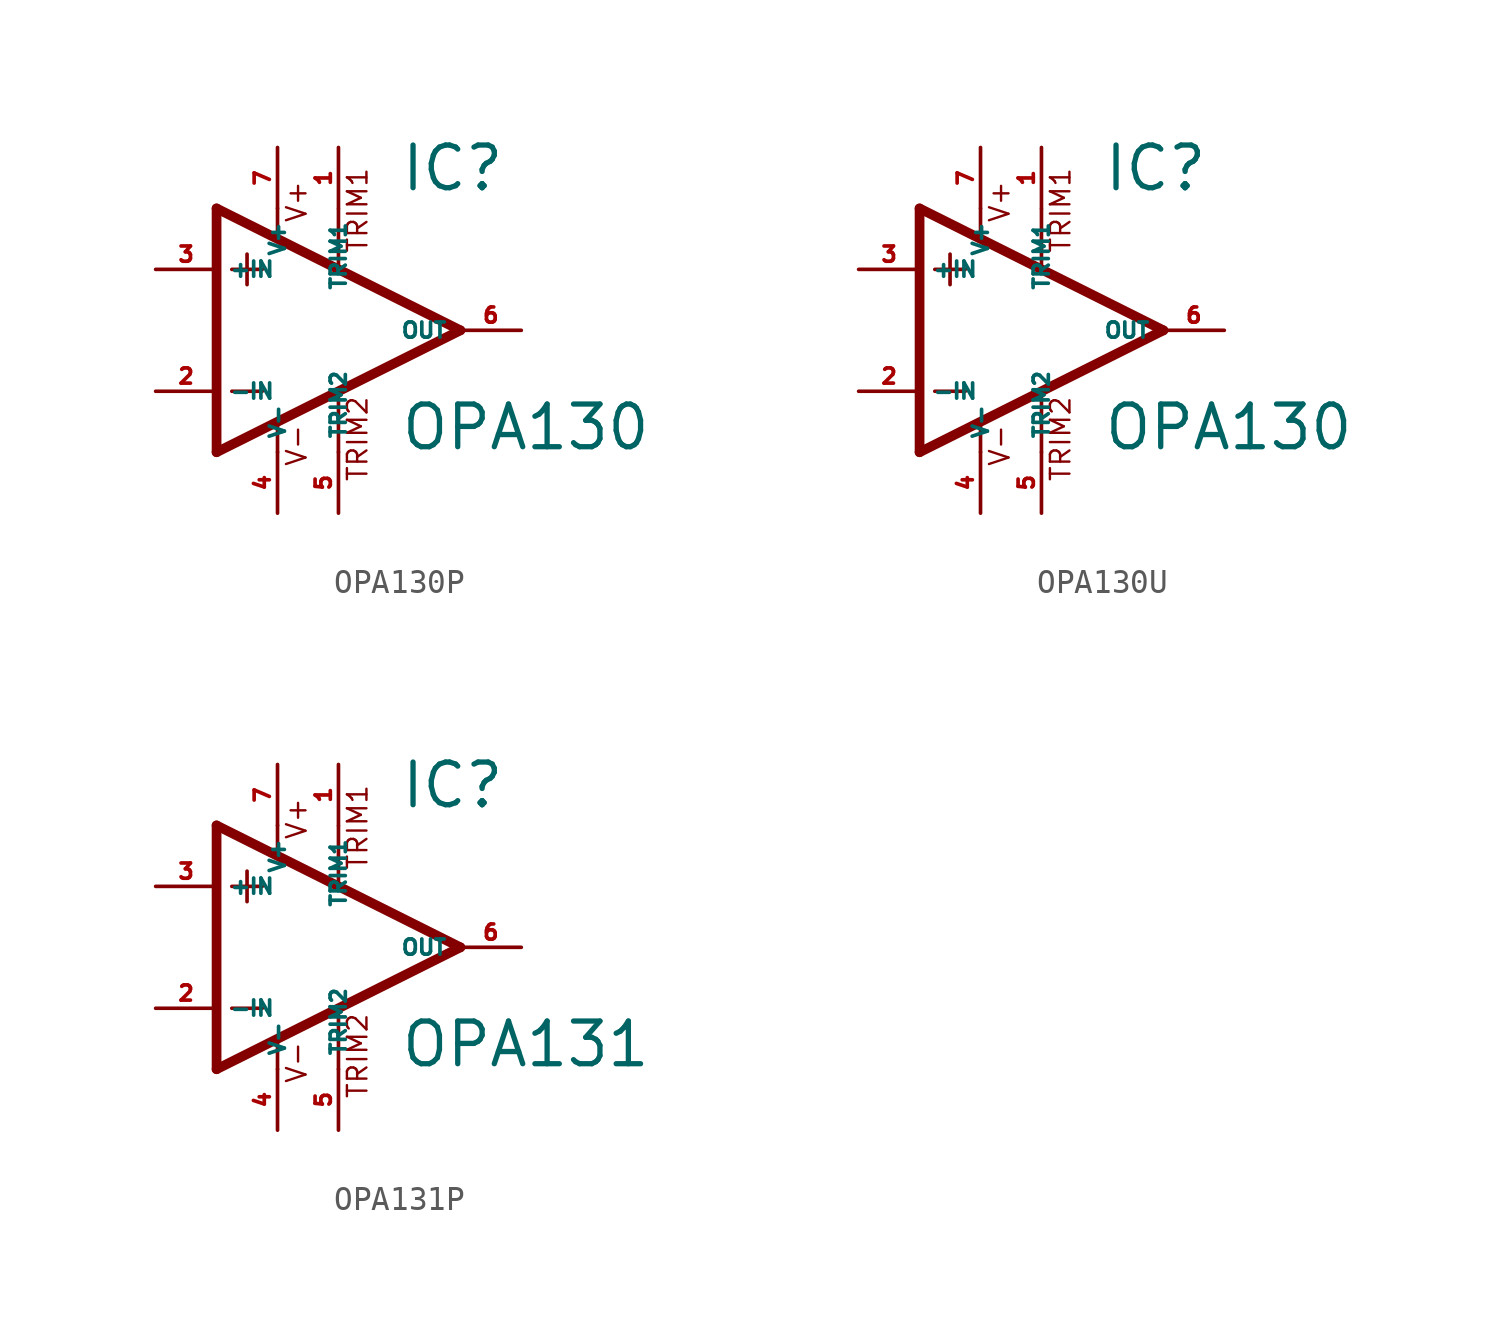
<source format=kicad_sym>
(kicad_symbol_lib
  (version 20220914)
  (generator Eagle2Kicad)
  (symbol "OPA130P"
    (property "Reference" "IC"
      (at 2.54 5.715 0)
      (effects (font (size 1.778 1.778) (thickness 0.22)) (justify left bottom)))
    (property "Value" "OPA130"
      (at 2.54 -5.08 0)
      (effects (font (size 1.778 1.778) (thickness 0.22)) (justify left bottom)))
    (polyline
      (pts (xy -3.81 3.175) (xy -3.81 1.905))
      (stroke (width 0.152) (type default))
      (fill (type none)))
    (polyline
      (pts (xy -4.445 2.54) (xy -3.175 2.54))
      (stroke (width 0.152) (type default))
      (fill (type none)))
    (polyline
      (pts (xy -4.445 -2.54) (xy -3.175 -2.54))
      (stroke (width 0.152) (type default))
      (fill (type none)))
    (polyline
      (pts (xy -2.54 5.08) (xy -2.54 3.886))
      (stroke (width 0.152) (type default))
      (fill (type none)))
    (polyline
      (pts (xy 0 5.055) (xy 0 2.616))
      (stroke (width 0.152) (type default))
      (fill (type none)))
    (polyline
      (pts (xy 0 -2.616) (xy 0 -5.08))
      (stroke (width 0.152) (type default))
      (fill (type none)))
    (polyline
      (pts (xy -2.54 -3.912) (xy -2.54 -5.08))
      (stroke (width 0.152) (type default))
      (fill (type none)))
    (polyline
      (pts (xy 5.08 0) (xy -5.08 5.08))
      (stroke (width 0.406) (type default))
      (fill (type none)))
    (polyline
      (pts (xy -5.08 5.08) (xy -5.08 -5.08))
      (stroke (width 0.406) (type default))
      (fill (type none)))
    (polyline
      (pts (xy -5.08 -5.08) (xy 5.08 0))
      (stroke (width 0.406) (type default))
      (fill (type none)))
    (text "V+"
      (at -1.27 4.445 900)
      (effects (font (size 0.813 0.813) (thickness 0.10)) (justify left bottom)))
    (text "V-"
      (at -1.27 -5.715 900)
      (effects (font (size 0.813 0.813) (thickness 0.10)) (justify left bottom)))
    (text "TRIM1"
      (at 1.27 3.175 900)
      (effects (font (size 0.813 0.813) (thickness 0.10)) (justify left bottom)))
    (text "TRIM2"
      (at 1.27 -6.35 900)
      (effects (font (size 0.813 0.813) (thickness 0.10)) (justify left bottom)))
    (pin passive line
      (at 0 7.62 270)
      (length 2.54)
      (name "TRIM1" (effects (font (size 0.635 0.635) (thickness 0.08)) (justify left bottom)))
      (number "1" (effects (font (size 0.635 0.635) (thickness 0.08)) (justify left bottom))))
    (pin input line
      (at -7.62 -2.54 0)
      (length 2.54)
      (name "-IN" (effects (font (size 0.635 0.635) (thickness 0.08)) (justify left bottom)))
      (number "2" (effects (font (size 0.635 0.635) (thickness 0.08)) (justify left bottom))))
    (pin input line
      (at -7.62 2.54 0)
      (length 2.54)
      (name "+IN" (effects (font (size 0.635 0.635) (thickness 0.08)) (justify left bottom)))
      (number "3" (effects (font (size 0.635 0.635) (thickness 0.08)) (justify left bottom))))
    (pin output line
      (at 7.62 0 180)
      (length 2.54)
      (name "OUT" (effects (font (size 0.635 0.635) (thickness 0.08)) (justify left bottom)))
      (number "6" (effects (font (size 0.635 0.635) (thickness 0.08)) (justify left bottom))))
    (pin passive line
      (at 0 -7.62 90)
      (length 2.54)
      (name "TRIM2" (effects (font (size 0.635 0.635) (thickness 0.08)) (justify left bottom)))
      (number "5" (effects (font (size 0.635 0.635) (thickness 0.08)) (justify left bottom))))
    (pin unspecified line
      (at -2.54 7.62 270)
      (length 2.54)
      (name "V+" (effects (font (size 0.635 0.635) (thickness 0.08)) (justify left bottom)))
      (number "7" (effects (font (size 0.635 0.635) (thickness 0.08)) (justify left bottom))))
    (pin unspecified line
      (at -2.54 -7.62 90)
      (length 2.54)
      (name "V-" (effects (font (size 0.635 0.635) (thickness 0.08)) (justify left bottom)))
      (number "4" (effects (font (size 0.635 0.635) (thickness 0.08)) (justify left bottom)))))
  (symbol "OPA130U"
    (property "Reference" "IC"
      (at 2.54 5.715 0)
      (effects (font (size 1.778 1.778) (thickness 0.22)) (justify left bottom)))
    (property "Value" "OPA130"
      (at 2.54 -5.08 0)
      (effects (font (size 1.778 1.778) (thickness 0.22)) (justify left bottom)))
    (polyline
      (pts (xy -3.81 3.175) (xy -3.81 1.905))
      (stroke (width 0.152) (type default))
      (fill (type none)))
    (polyline
      (pts (xy -4.445 2.54) (xy -3.175 2.54))
      (stroke (width 0.152) (type default))
      (fill (type none)))
    (polyline
      (pts (xy -4.445 -2.54) (xy -3.175 -2.54))
      (stroke (width 0.152) (type default))
      (fill (type none)))
    (polyline
      (pts (xy -2.54 5.08) (xy -2.54 3.886))
      (stroke (width 0.152) (type default))
      (fill (type none)))
    (polyline
      (pts (xy 0 5.055) (xy 0 2.616))
      (stroke (width 0.152) (type default))
      (fill (type none)))
    (polyline
      (pts (xy 0 -2.616) (xy 0 -5.08))
      (stroke (width 0.152) (type default))
      (fill (type none)))
    (polyline
      (pts (xy -2.54 -3.912) (xy -2.54 -5.08))
      (stroke (width 0.152) (type default))
      (fill (type none)))
    (polyline
      (pts (xy 5.08 0) (xy -5.08 5.08))
      (stroke (width 0.406) (type default))
      (fill (type none)))
    (polyline
      (pts (xy -5.08 5.08) (xy -5.08 -5.08))
      (stroke (width 0.406) (type default))
      (fill (type none)))
    (polyline
      (pts (xy -5.08 -5.08) (xy 5.08 0))
      (stroke (width 0.406) (type default))
      (fill (type none)))
    (text "V+"
      (at -1.27 4.445 900)
      (effects (font (size 0.813 0.813) (thickness 0.10)) (justify left bottom)))
    (text "V-"
      (at -1.27 -5.715 900)
      (effects (font (size 0.813 0.813) (thickness 0.10)) (justify left bottom)))
    (text "TRIM1"
      (at 1.27 3.175 900)
      (effects (font (size 0.813 0.813) (thickness 0.10)) (justify left bottom)))
    (text "TRIM2"
      (at 1.27 -6.35 900)
      (effects (font (size 0.813 0.813) (thickness 0.10)) (justify left bottom)))
    (pin passive line
      (at 0 7.62 270)
      (length 2.54)
      (name "TRIM1" (effects (font (size 0.635 0.635) (thickness 0.08)) (justify left bottom)))
      (number "1" (effects (font (size 0.635 0.635) (thickness 0.08)) (justify left bottom))))
    (pin input line
      (at -7.62 -2.54 0)
      (length 2.54)
      (name "-IN" (effects (font (size 0.635 0.635) (thickness 0.08)) (justify left bottom)))
      (number "2" (effects (font (size 0.635 0.635) (thickness 0.08)) (justify left bottom))))
    (pin input line
      (at -7.62 2.54 0)
      (length 2.54)
      (name "+IN" (effects (font (size 0.635 0.635) (thickness 0.08)) (justify left bottom)))
      (number "3" (effects (font (size 0.635 0.635) (thickness 0.08)) (justify left bottom))))
    (pin output line
      (at 7.62 0 180)
      (length 2.54)
      (name "OUT" (effects (font (size 0.635 0.635) (thickness 0.08)) (justify left bottom)))
      (number "6" (effects (font (size 0.635 0.635) (thickness 0.08)) (justify left bottom))))
    (pin passive line
      (at 0 -7.62 90)
      (length 2.54)
      (name "TRIM2" (effects (font (size 0.635 0.635) (thickness 0.08)) (justify left bottom)))
      (number "5" (effects (font (size 0.635 0.635) (thickness 0.08)) (justify left bottom))))
    (pin unspecified line
      (at -2.54 7.62 270)
      (length 2.54)
      (name "V+" (effects (font (size 0.635 0.635) (thickness 0.08)) (justify left bottom)))
      (number "7" (effects (font (size 0.635 0.635) (thickness 0.08)) (justify left bottom))))
    (pin unspecified line
      (at -2.54 -7.62 90)
      (length 2.54)
      (name "V-" (effects (font (size 0.635 0.635) (thickness 0.08)) (justify left bottom)))
      (number "4" (effects (font (size 0.635 0.635) (thickness 0.08)) (justify left bottom)))))
  (symbol "OPA131P"
    (property "Reference" "IC"
      (at 2.54 5.715 0)
      (effects (font (size 1.778 1.778) (thickness 0.22)) (justify left bottom)))
    (property "Value" "OPA131"
      (at 2.54 -5.08 0)
      (effects (font (size 1.778 1.778) (thickness 0.22)) (justify left bottom)))
    (polyline
      (pts (xy -3.81 3.175) (xy -3.81 1.905))
      (stroke (width 0.152) (type default))
      (fill (type none)))
    (polyline
      (pts (xy -4.445 2.54) (xy -3.175 2.54))
      (stroke (width 0.152) (type default))
      (fill (type none)))
    (polyline
      (pts (xy -4.445 -2.54) (xy -3.175 -2.54))
      (stroke (width 0.152) (type default))
      (fill (type none)))
    (polyline
      (pts (xy -2.54 5.08) (xy -2.54 3.886))
      (stroke (width 0.152) (type default))
      (fill (type none)))
    (polyline
      (pts (xy 0 5.055) (xy 0 2.616))
      (stroke (width 0.152) (type default))
      (fill (type none)))
    (polyline
      (pts (xy 0 -2.616) (xy 0 -5.08))
      (stroke (width 0.152) (type default))
      (fill (type none)))
    (polyline
      (pts (xy -2.54 -3.912) (xy -2.54 -5.08))
      (stroke (width 0.152) (type default))
      (fill (type none)))
    (polyline
      (pts (xy 5.08 0) (xy -5.08 5.08))
      (stroke (width 0.406) (type default))
      (fill (type none)))
    (polyline
      (pts (xy -5.08 5.08) (xy -5.08 -5.08))
      (stroke (width 0.406) (type default))
      (fill (type none)))
    (polyline
      (pts (xy -5.08 -5.08) (xy 5.08 0))
      (stroke (width 0.406) (type default))
      (fill (type none)))
    (text "V+"
      (at -1.27 4.445 900)
      (effects (font (size 0.813 0.813) (thickness 0.10)) (justify left bottom)))
    (text "V-"
      (at -1.27 -5.715 900)
      (effects (font (size 0.813 0.813) (thickness 0.10)) (justify left bottom)))
    (text "TRIM1"
      (at 1.27 3.175 900)
      (effects (font (size 0.813 0.813) (thickness 0.10)) (justify left bottom)))
    (text "TRIM2"
      (at 1.27 -6.35 900)
      (effects (font (size 0.813 0.813) (thickness 0.10)) (justify left bottom)))
    (pin passive line
      (at 0 7.62 270)
      (length 2.54)
      (name "TRIM1" (effects (font (size 0.635 0.635) (thickness 0.08)) (justify left bottom)))
      (number "1" (effects (font (size 0.635 0.635) (thickness 0.08)) (justify left bottom))))
    (pin input line
      (at -7.62 -2.54 0)
      (length 2.54)
      (name "-IN" (effects (font (size 0.635 0.635) (thickness 0.08)) (justify left bottom)))
      (number "2" (effects (font (size 0.635 0.635) (thickness 0.08)) (justify left bottom))))
    (pin input line
      (at -7.62 2.54 0)
      (length 2.54)
      (name "+IN" (effects (font (size 0.635 0.635) (thickness 0.08)) (justify left bottom)))
      (number "3" (effects (font (size 0.635 0.635) (thickness 0.08)) (justify left bottom))))
    (pin output line
      (at 7.62 0 180)
      (length 2.54)
      (name "OUT" (effects (font (size 0.635 0.635) (thickness 0.08)) (justify left bottom)))
      (number "6" (effects (font (size 0.635 0.635) (thickness 0.08)) (justify left bottom))))
    (pin passive line
      (at 0 -7.62 90)
      (length 2.54)
      (name "TRIM2" (effects (font (size 0.635 0.635) (thickness 0.08)) (justify left bottom)))
      (number "5" (effects (font (size 0.635 0.635) (thickness 0.08)) (justify left bottom))))
    (pin unspecified line
      (at -2.54 7.62 270)
      (length 2.54)
      (name "V+" (effects (font (size 0.635 0.635) (thickness 0.08)) (justify left bottom)))
      (number "7" (effects (font (size 0.635 0.635) (thickness 0.08)) (justify left bottom))))
    (pin unspecified line
      (at -2.54 -7.62 90)
      (length 2.54)
      (name "V-" (effects (font (size 0.635 0.635) (thickness 0.08)) (justify left bottom)))
      (number "4" (effects (font (size 0.635 0.635) (thickness 0.08)) (justify left bottom))))))
</source>
